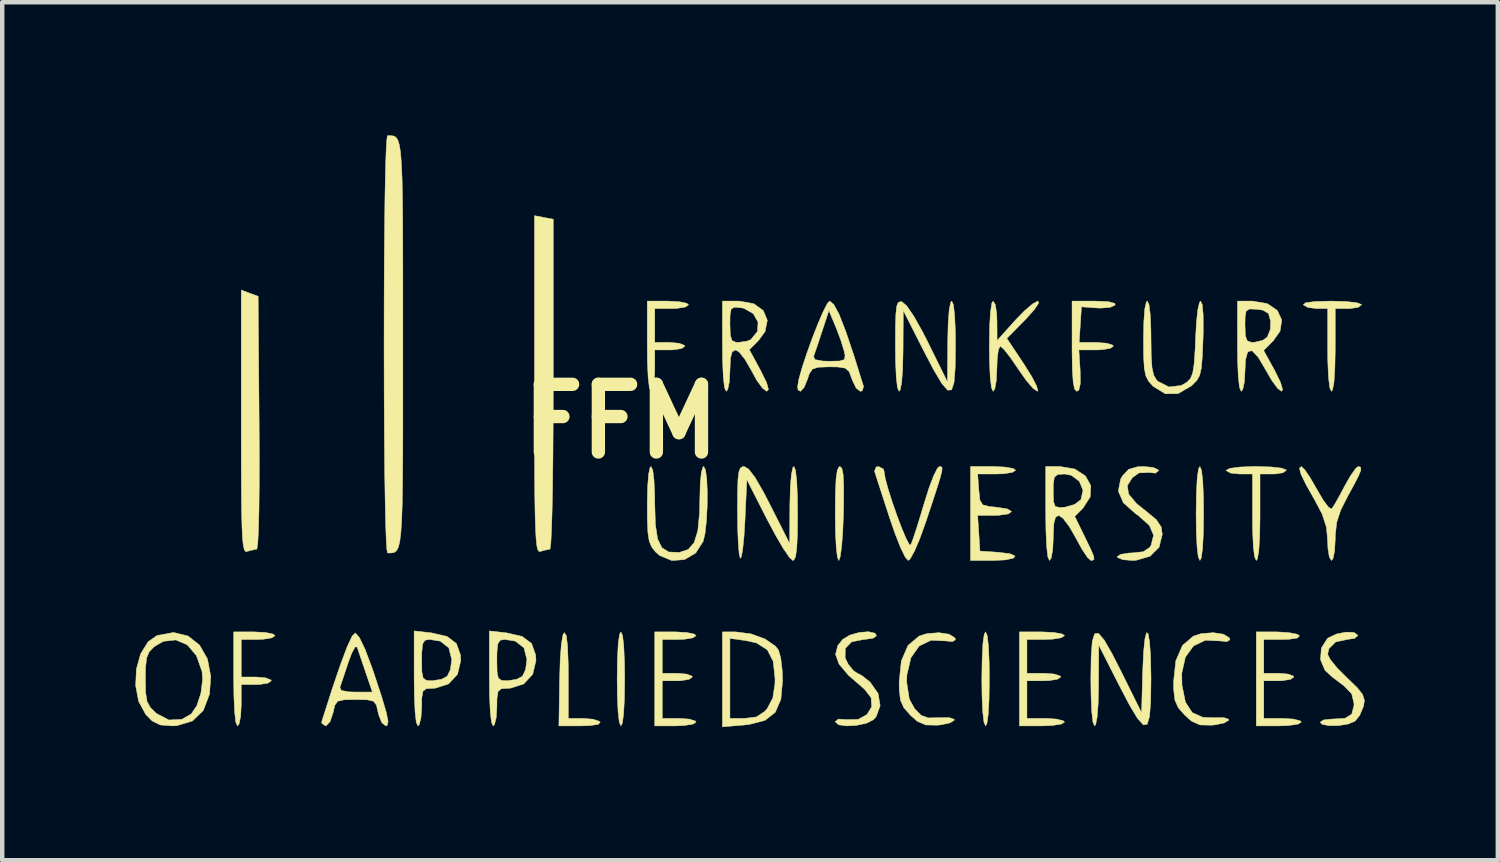
<source format=kicad_pcb>
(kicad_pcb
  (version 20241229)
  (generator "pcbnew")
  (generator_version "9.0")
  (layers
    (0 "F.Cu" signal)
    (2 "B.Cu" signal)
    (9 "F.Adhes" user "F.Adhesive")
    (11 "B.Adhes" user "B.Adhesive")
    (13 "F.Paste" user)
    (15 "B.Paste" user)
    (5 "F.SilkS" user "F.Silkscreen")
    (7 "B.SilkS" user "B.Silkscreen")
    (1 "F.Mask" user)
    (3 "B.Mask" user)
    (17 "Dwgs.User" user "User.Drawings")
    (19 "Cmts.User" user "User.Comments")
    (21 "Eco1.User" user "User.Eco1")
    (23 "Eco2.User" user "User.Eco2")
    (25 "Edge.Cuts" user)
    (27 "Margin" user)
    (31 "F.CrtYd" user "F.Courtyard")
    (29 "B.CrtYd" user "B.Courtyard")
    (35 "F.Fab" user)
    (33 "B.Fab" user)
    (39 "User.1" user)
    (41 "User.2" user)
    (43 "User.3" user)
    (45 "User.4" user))
  (footprint "FFM"
    (layer "F.Cu")
    (at 10.934 6.44)
    (property "Reference" "FFM" (at 0 0 0) (layer "F.SilkS") (effects (font (size 1.524 1.524) (thickness 0.3))))
    (attr through_hole)
    (fp_poly (pts (xy 0.037 4.823) (xy 0.064 5.055) (xy 0.08 5.42) (xy 0.085 5.8) (xy 0.078 6.258) (xy 0.06 6.599) (xy 0.03 6.804) (xy 0 6.858) (xy -0.037 6.776) (xy -0.064 6.544) (xy -0.08 6.18) (xy -0.085 5.8) (xy -0.078 5.341) (xy -0.06 5) (xy -0.03 4.795) (xy 0 4.741) (xy 0.037 4.823)) (stroke (width 0.01) (type solid)) (fill yes) (layer "F.SilkS"))
    (fp_poly (pts (xy 8.249 4.823) (xy 8.277 5.055) (xy 8.293 5.42) (xy 8.297 5.8) (xy 8.291 6.258) (xy 8.272 6.599) (xy 8.243 6.804) (xy 8.213 6.858) (xy 8.176 6.776) (xy 8.149 6.544) (xy 8.132 6.18) (xy 8.128 5.8) (xy 8.135 5.341) (xy 8.153 5) (xy 8.182 4.795) (xy 8.213 4.741) (xy 8.249 4.823)) (stroke (width 0.01) (type solid)) (fill yes) (layer "F.SilkS"))
    (fp_poly (pts (xy 13.075 1.098) (xy 13.103 1.33) (xy 13.119 1.694) (xy 13.123 2.074) (xy 13.117 2.533) (xy 13.098 2.874) (xy 13.069 3.079) (xy 13.039 3.133) (xy 13.002 3.051) (xy 12.975 2.819) (xy 12.958 2.454) (xy 12.954 2.074) (xy 12.961 1.616) (xy 12.979 1.275) (xy 13.008 1.07) (xy 13.039 1.016) (xy 13.075 1.098)) (stroke (width 0.01) (type solid)) (fill yes) (layer "F.SilkS"))
    (fp_poly (pts (xy -1.231 4.823) (xy -1.202 5.054) (xy -1.187 5.453) (xy -1.185 5.708) (xy -1.185 6.689) (xy -0.852 6.689) (xy -0.626 6.708) (xy -0.482 6.757) (xy -0.466 6.773) (xy -0.51 6.823) (xy -0.704 6.852) (xy -0.905 6.858) (xy -1.397 6.858) (xy -1.381 5.823) (xy -1.367 5.355) (xy -1.341 5.011) (xy -1.305 4.807) (xy -1.276 4.757) (xy -1.231 4.823)) (stroke (width 0.01) (type solid)) (fill yes) (layer "F.SilkS"))
    (fp_poly (pts (xy 4.977 1.058) (xy 5.005 1.199) (xy 5.018 1.459) (xy 5.016 1.859) (xy 5.012 2.074) (xy 4.996 2.48) (xy 4.971 2.812) (xy 4.941 3.04) (xy 4.909 3.132) (xy 4.906 3.133) (xy 4.874 3.053) (xy 4.849 2.831) (xy 4.832 2.496) (xy 4.826 2.076) (xy 4.826 2.074) (xy 4.831 1.605) (xy 4.846 1.285) (xy 4.874 1.097) (xy 4.916 1.02) (xy 4.932 1.016) (xy 4.977 1.058)) (stroke (width 0.01) (type solid)) (fill yes) (layer "F.SilkS"))
    (fp_poly (pts (xy -8.361 -2.887) (xy -8.17 -2.817) (xy -8.148 0.031) (xy -8.144 0.799) (xy -8.146 1.467) (xy -8.152 2.02) (xy -8.163 2.447) (xy -8.178 2.735) (xy -8.197 2.87) (xy -8.205 2.879) (xy -8.348 2.907) (xy -8.417 2.93) (xy -8.453 2.931) (xy -8.482 2.891) (xy -8.504 2.796) (xy -8.522 2.63) (xy -8.534 2.376) (xy -8.543 2.019) (xy -8.548 1.543) (xy -8.55 0.933) (xy -8.551 0.172) (xy -8.551 0.012) (xy -8.551 -2.958) (xy -8.361 -2.887)) (stroke (width 0.01) (type solid)) (fill yes) (layer "F.SilkS"))
    (fp_poly (pts (xy -1.736 -4.593) (xy -1.524 -4.552) (xy -1.524 -0.837) (xy -1.526 0.023) (xy -1.531 0.795) (xy -1.539 1.464) (xy -1.55 2.019) (xy -1.563 2.446) (xy -1.578 2.734) (xy -1.596 2.87) (xy -1.602 2.879) (xy -1.744 2.907) (xy -1.813 2.93) (xy -1.845 2.93) (xy -1.872 2.893) (xy -1.893 2.805) (xy -1.91 2.652) (xy -1.923 2.42) (xy -1.933 2.096) (xy -1.94 1.664) (xy -1.944 1.111) (xy -1.946 0.423) (xy -1.947 -0.414) (xy -1.947 -0.826) (xy -1.947 -4.633) (xy -1.736 -4.593)) (stroke (width 0.01) (type solid)) (fill yes) (layer "F.SilkS"))
    (fp_poly (pts (xy 16.334 -2.699) (xy 16.571 -2.673) (xy 16.677 -2.633) (xy 16.679 -2.625) (xy 16.605 -2.569) (xy 16.422 -2.541) (xy 16.383 -2.54) (xy 16.087 -2.54) (xy 16.087 -1.609) (xy 16.079 -1.188) (xy 16.059 -0.881) (xy 16.026 -0.708) (xy 16.002 -0.677) (xy 15.964 -0.758) (xy 15.936 -0.987) (xy 15.92 -1.341) (xy 15.917 -1.609) (xy 15.917 -2.54) (xy 15.668 -2.54) (xy 15.473 -2.566) (xy 15.367 -2.625) (xy 15.417 -2.67) (xy 15.623 -2.699) (xy 15.972 -2.709) (xy 15.997 -2.709) (xy 16.334 -2.699)) (stroke (width 0.01) (type solid)) (fill yes) (layer "F.SilkS"))
    (fp_poly (pts (xy -8 4.755) (xy -7.831 4.791) (xy -7.789 4.826) (xy -7.865 4.876) (xy -8.056 4.907) (xy -8.17 4.911) (xy -8.551 4.911) (xy -8.551 5.757) (xy -8.213 5.757) (xy -8.001 5.776) (xy -7.883 5.823) (xy -7.874 5.842) (xy -7.949 5.895) (xy -8.137 5.925) (xy -8.213 5.927) (xy -8.551 5.927) (xy -8.551 6.392) (xy -8.565 6.647) (xy -8.601 6.816) (xy -8.636 6.858) (xy -8.673 6.776) (xy -8.7 6.544) (xy -8.716 6.18) (xy -8.721 5.8) (xy -8.721 4.741) (xy -8.255 4.741) (xy -8 4.755)) (stroke (width 0.01) (type solid)) (fill yes) (layer "F.SilkS"))
    (fp_poly (pts (xy 1.313 -2.695) (xy 1.482 -2.66) (xy 1.524 -2.625) (xy 1.448 -2.574) (xy 1.257 -2.544) (xy 1.143 -2.54) (xy 0.762 -2.54) (xy 0.762 -1.778) (xy 1.101 -1.778) (xy 1.313 -1.759) (xy 1.431 -1.712) (xy 1.439 -1.693) (xy 1.364 -1.64) (xy 1.177 -1.611) (xy 1.101 -1.609) (xy 0.762 -1.609) (xy 0.762 -1.143) (xy 0.748 -0.888) (xy 0.712 -0.719) (xy 0.677 -0.677) (xy 0.64 -0.759) (xy 0.613 -0.99) (xy 0.596 -1.351) (xy 0.593 -1.693) (xy 0.593 -2.709) (xy 1.058 -2.709) (xy 1.313 -2.695)) (stroke (width 0.01) (type solid)) (fill yes) (layer "F.SilkS"))
    (fp_poly (pts (xy 14.644 1.026) (xy 14.88 1.053) (xy 14.984 1.093) (xy 14.986 1.101) (xy 14.912 1.157) (xy 14.729 1.185) (xy 14.69 1.185) (xy 14.393 1.185) (xy 14.393 2.159) (xy 14.386 2.592) (xy 14.366 2.911) (xy 14.335 3.095) (xy 14.309 3.133) (xy 14.271 3.052) (xy 14.243 2.822) (xy 14.227 2.464) (xy 14.224 2.159) (xy 14.224 1.185) (xy 13.928 1.185) (xy 13.732 1.164) (xy 13.634 1.112) (xy 13.631 1.101) (xy 13.711 1.059) (xy 13.927 1.029) (xy 14.248 1.016) (xy 14.309 1.016) (xy 14.644 1.026)) (stroke (width 0.01) (type solid)) (fill yes) (layer "F.SilkS"))
    (fp_poly (pts (xy 1.483 4.755) (xy 1.652 4.791) (xy 1.693 4.826) (xy 1.618 4.876) (xy 1.426 4.907) (xy 1.312 4.911) (xy 0.931 4.911) (xy 0.931 5.673) (xy 1.27 5.673) (xy 1.482 5.691) (xy 1.6 5.738) (xy 1.609 5.757) (xy 1.534 5.81) (xy 1.346 5.84) (xy 1.27 5.842) (xy 0.931 5.842) (xy 0.931 6.689) (xy 1.312 6.689) (xy 1.54 6.705) (xy 1.676 6.748) (xy 1.693 6.773) (xy 1.617 6.82) (xy 1.419 6.85) (xy 1.228 6.858) (xy 0.762 6.858) (xy 0.762 4.741) (xy 1.228 4.741) (xy 1.483 4.755)) (stroke (width 0.01) (type solid)) (fill yes) (layer "F.SilkS"))
    (fp_poly (pts (xy 9.753 4.754) (xy 9.937 4.788) (xy 9.991 4.826) (xy 9.915 4.874) (xy 9.72 4.905) (xy 9.567 4.911) (xy 9.144 4.911) (xy 9.144 5.673) (xy 9.525 5.673) (xy 9.752 5.689) (xy 9.889 5.732) (xy 9.906 5.757) (xy 9.83 5.808) (xy 9.639 5.838) (xy 9.525 5.842) (xy 9.144 5.842) (xy 9.144 6.689) (xy 9.567 6.689) (xy 9.809 6.704) (xy 9.962 6.743) (xy 9.991 6.773) (xy 9.914 6.818) (xy 9.712 6.849) (xy 9.483 6.858) (xy 8.975 6.858) (xy 8.975 4.741) (xy 9.483 4.741) (xy 9.753 4.754)) (stroke (width 0.01) (type solid)) (fill yes) (layer "F.SilkS"))
    (fp_poly (pts (xy 15.034 4.756) (xy 15.225 4.793) (xy 15.282 4.826) (xy 15.24 4.878) (xy 15.052 4.907) (xy 14.906 4.911) (xy 14.478 4.911) (xy 14.478 5.673) (xy 14.817 5.673) (xy 15.029 5.691) (xy 15.147 5.738) (xy 15.155 5.757) (xy 15.08 5.81) (xy 14.893 5.84) (xy 14.817 5.842) (xy 14.478 5.842) (xy 14.478 6.689) (xy 14.901 6.689) (xy 15.143 6.704) (xy 15.296 6.743) (xy 15.325 6.773) (xy 15.248 6.818) (xy 15.046 6.849) (xy 14.817 6.858) (xy 14.309 6.858) (xy 14.309 4.741) (xy 14.769 4.741) (xy 15.034 4.756)) (stroke (width 0.01) (type solid)) (fill yes) (layer "F.SilkS"))
    (fp_poly (pts (xy 8.653 1.029) (xy 8.836 1.062) (xy 8.89 1.101) (xy 8.814 1.149) (xy 8.619 1.179) (xy 8.462 1.185) (xy 8.034 1.185) (xy 8.06 1.545) (xy 8.084 1.771) (xy 8.148 1.879) (xy 8.302 1.919) (xy 8.445 1.931) (xy 8.702 1.971) (xy 8.796 2.029) (xy 8.73 2.083) (xy 8.508 2.115) (xy 8.42 2.117) (xy 8.034 2.117) (xy 8.086 2.921) (xy 8.488 2.947) (xy 8.762 2.981) (xy 8.876 3.031) (xy 8.839 3.081) (xy 8.658 3.12) (xy 8.382 3.133) (xy 7.874 3.133) (xy 7.874 1.016) (xy 8.382 1.016) (xy 8.653 1.029)) (stroke (width 0.01) (type solid)) (fill yes) (layer "F.SilkS"))
    (fp_poly (pts (xy 10.982 -2.696) (xy 11.125 -2.656) (xy 11.13 -2.619) (xy 11.018 -2.568) (xy 10.805 -2.551) (xy 10.723 -2.554) (xy 10.372 -2.58) (xy 10.346 -2.179) (xy 10.32 -1.778) (xy 10.706 -1.778) (xy 10.935 -1.761) (xy 11.073 -1.719) (xy 11.091 -1.693) (xy 11.016 -1.643) (xy 10.823 -1.613) (xy 10.702 -1.609) (xy 10.314 -1.609) (xy 10.343 -1.143) (xy 10.347 -0.851) (xy 10.313 -0.704) (xy 10.266 -0.677) (xy 10.218 -0.725) (xy 10.186 -0.88) (xy 10.167 -1.162) (xy 10.16 -1.59) (xy 10.16 -1.693) (xy 10.16 -2.709) (xy 10.673 -2.709) (xy 10.982 -2.696)) (stroke (width 0.01) (type solid)) (fill yes) (layer "F.SilkS"))
    (fp_poly (pts (xy 2.928 4.785) (xy 3.246 4.901) (xy 3.481 5.063) (xy 3.549 5.152) (xy 3.599 5.328) (xy 3.632 5.604) (xy 3.641 5.832) (xy 3.603 6.258) (xy 3.477 6.551) (xy 3.244 6.734) (xy 2.884 6.827) (xy 2.766 6.839) (xy 2.286 6.879) (xy 2.286 6.689) (xy 2.455 6.689) (xy 2.788 6.689) (xy 3.054 6.655) (xy 3.239 6.532) (xy 3.296 6.466) (xy 3.421 6.229) (xy 3.469 5.907) (xy 3.471 5.798) (xy 3.431 5.407) (xy 3.297 5.145) (xy 3.055 4.991) (xy 2.814 4.937) (xy 2.455 4.888) (xy 2.455 6.689) (xy 2.286 6.689) (xy 2.286 4.741) (xy 2.585 4.741) (xy 2.928 4.785)) (stroke (width 0.01) (type solid)) (fill yes) (layer "F.SilkS"))
    (fp_poly (pts (xy 13.57 4.793) (xy 13.701 4.873) (xy 13.716 4.918) (xy 13.647 4.96) (xy 13.504 4.945) (xy 13.164 4.929) (xy 12.896 5.056) (xy 12.713 5.309) (xy 12.631 5.673) (xy 12.636 5.942) (xy 12.713 6.322) (xy 12.867 6.559) (xy 13.112 6.667) (xy 13.355 6.674) (xy 13.583 6.673) (xy 13.687 6.71) (xy 13.688 6.73) (xy 13.594 6.789) (xy 13.392 6.833) (xy 13.306 6.842) (xy 13.045 6.837) (xy 12.853 6.753) (xy 12.698 6.615) (xy 12.551 6.447) (xy 12.476 6.277) (xy 12.449 6.039) (xy 12.446 5.87) (xy 12.497 5.392) (xy 12.647 5.046) (xy 12.894 4.836) (xy 13.07 4.78) (xy 13.342 4.759) (xy 13.57 4.793)) (stroke (width 0.01) (type solid)) (fill yes) (layer "F.SilkS"))
    (fp_poly (pts (xy 7.389 4.793) (xy 7.52 4.873) (xy 7.535 4.918) (xy 7.466 4.96) (xy 7.324 4.945) (xy 6.984 4.93) (xy 6.716 5.06) (xy 6.531 5.324) (xy 6.441 5.709) (xy 6.435 5.869) (xy 6.495 6.255) (xy 6.616 6.473) (xy 6.759 6.62) (xy 6.92 6.678) (xy 7.167 6.674) (xy 7.399 6.673) (xy 7.506 6.71) (xy 7.508 6.73) (xy 7.414 6.789) (xy 7.212 6.833) (xy 7.125 6.842) (xy 6.864 6.837) (xy 6.672 6.753) (xy 6.518 6.615) (xy 6.371 6.447) (xy 6.295 6.277) (xy 6.268 6.039) (xy 6.266 5.87) (xy 6.316 5.392) (xy 6.466 5.046) (xy 6.714 4.836) (xy 6.889 4.78) (xy 7.162 4.759) (xy 7.389 4.793)) (stroke (width 0.01) (type solid)) (fill yes) (layer "F.SilkS"))
    (fp_poly (pts (xy 11.873 4.782) (xy 11.905 4.959) (xy 11.928 5.286) (xy 11.938 5.76) (xy 11.938 5.8) (xy 11.931 6.305) (xy 11.905 6.645) (xy 11.853 6.821) (xy 11.765 6.835) (xy 11.634 6.689) (xy 11.451 6.384) (xy 11.223 5.948) (xy 10.761 5.038) (xy 10.757 5.948) (xy 10.748 6.359) (xy 10.725 6.66) (xy 10.692 6.83) (xy 10.668 6.858) (xy 10.631 6.776) (xy 10.604 6.544) (xy 10.588 6.18) (xy 10.583 5.8) (xy 10.59 5.295) (xy 10.615 4.957) (xy 10.667 4.784) (xy 10.754 4.773) (xy 10.883 4.923) (xy 11.062 5.233) (xy 11.275 5.652) (xy 11.726 6.562) (xy 11.75 5.652) (xy 11.771 5.19) (xy 11.802 4.894) (xy 11.837 4.759) (xy 11.873 4.782)) (stroke (width 0.01) (type solid)) (fill yes) (layer "F.SilkS"))
    (fp_poly (pts (xy 7.488 -2.628) (xy 7.515 -2.397) (xy 7.532 -2.035) (xy 7.535 -1.693) (xy 7.528 -1.203) (xy 7.502 -0.875) (xy 7.447 -0.709) (xy 7.358 -0.703) (xy 7.225 -0.856) (xy 7.04 -1.168) (xy 6.821 -1.587) (xy 6.359 -2.498) (xy 6.354 -1.587) (xy 6.345 -1.177) (xy 6.322 -0.875) (xy 6.289 -0.706) (xy 6.265 -0.677) (xy 6.228 -0.759) (xy 6.201 -0.99) (xy 6.185 -1.352) (xy 6.181 -1.7) (xy 6.183 -2.131) (xy 6.192 -2.419) (xy 6.211 -2.592) (xy 6.245 -2.676) (xy 6.298 -2.697) (xy 6.329 -2.693) (xy 6.436 -2.602) (xy 6.595 -2.371) (xy 6.794 -2.017) (xy 6.916 -1.777) (xy 7.354 -0.889) (xy 7.36 -1.799) (xy 7.37 -2.209) (xy 7.393 -2.511) (xy 7.427 -2.681) (xy 7.451 -2.709) (xy 7.488 -2.628)) (stroke (width 0.01) (type solid)) (fill yes) (layer "F.SilkS"))
    (fp_poly (pts (xy 16.661 1.032) (xy 16.664 1.1) (xy 16.604 1.246) (xy 16.472 1.497) (xy 16.383 1.657) (xy 16.211 1.996) (xy 16.12 2.275) (xy 16.088 2.569) (xy 16.087 2.66) (xy 16.073 2.917) (xy 16.038 3.089) (xy 16.002 3.133) (xy 15.954 3.056) (xy 15.923 2.861) (xy 15.917 2.702) (xy 15.89 2.386) (xy 15.792 2.087) (xy 15.637 1.792) (xy 15.432 1.429) (xy 15.316 1.19) (xy 15.281 1.057) (xy 15.321 1.016) (xy 15.322 1.016) (xy 15.398 1.085) (xy 15.522 1.267) (xy 15.669 1.522) (xy 15.672 1.527) (xy 15.815 1.772) (xy 15.934 1.931) (xy 16.005 1.974) (xy 16.007 1.972) (xy 16.077 1.865) (xy 16.194 1.657) (xy 16.298 1.46) (xy 16.433 1.223) (xy 16.547 1.062) (xy 16.604 1.016) (xy 16.661 1.032)) (stroke (width 0.01) (type solid)) (fill yes) (layer "F.SilkS"))
    (fp_poly (pts (xy 11.987 1.037) (xy 12.101 1.091) (xy 12.107 1.11) (xy 12.038 1.166) (xy 11.897 1.151) (xy 11.668 1.16) (xy 11.518 1.267) (xy 11.405 1.447) (xy 11.434 1.637) (xy 11.612 1.851) (xy 11.832 2.027) (xy 12.059 2.214) (xy 12.167 2.378) (xy 12.192 2.541) (xy 12.12 2.836) (xy 11.916 3.038) (xy 11.601 3.129) (xy 11.515 3.133) (xy 11.303 3.114) (xy 11.185 3.067) (xy 11.176 3.048) (xy 11.251 2.995) (xy 11.438 2.965) (xy 11.512 2.963) (xy 11.766 2.935) (xy 11.91 2.837) (xy 11.94 2.791) (xy 11.996 2.563) (xy 11.903 2.345) (xy 11.653 2.121) (xy 11.598 2.084) (xy 11.317 1.835) (xy 11.202 1.572) (xy 11.254 1.3) (xy 11.296 1.227) (xy 11.436 1.079) (xy 11.638 1.021) (xy 11.771 1.016) (xy 11.987 1.037)) (stroke (width 0.01) (type solid)) (fill yes) (layer "F.SilkS"))
    (fp_poly (pts (xy 5.721 4.77) (xy 5.757 4.826) (xy 5.683 4.882) (xy 5.5 4.91) (xy 5.464 4.911) (xy 5.195 4.966) (xy 5.052 5.113) (xy 5.05 5.326) (xy 5.118 5.467) (xy 5.237 5.615) (xy 5.324 5.673) (xy 5.427 5.725) (xy 5.59 5.854) (xy 5.618 5.88) (xy 5.793 6.13) (xy 5.838 6.403) (xy 5.749 6.649) (xy 5.687 6.718) (xy 5.53 6.798) (xy 5.309 6.846) (xy 5.08 6.858) (xy 4.9 6.832) (xy 4.826 6.764) (xy 4.826 6.763) (xy 4.898 6.704) (xy 5.068 6.716) (xy 5.34 6.712) (xy 5.541 6.603) (xy 5.647 6.428) (xy 5.635 6.224) (xy 5.487 6.032) (xy 5.127 5.721) (xy 4.912 5.466) (xy 4.834 5.249) (xy 4.883 5.051) (xy 4.995 4.911) (xy 5.154 4.814) (xy 5.365 4.754) (xy 5.574 4.737) (xy 5.721 4.77)) (stroke (width 0.01) (type solid)) (fill yes) (layer "F.SilkS"))
    (fp_poly (pts (xy 7.211 1.019) (xy 7.233 1.045) (xy 7.229 1.116) (xy 7.195 1.256) (xy 7.123 1.487) (xy 7.01 1.834) (xy 6.852 2.307) (xy 6.726 2.655) (xy 6.608 2.929) (xy 6.514 3.097) (xy 6.47 3.133) (xy 6.402 3.056) (xy 6.299 2.845) (xy 6.174 2.528) (xy 6.054 2.18) (xy 5.929 1.797) (xy 5.823 1.469) (xy 5.746 1.231) (xy 5.711 1.122) (xy 5.747 1.029) (xy 5.802 1.016) (xy 5.913 1.074) (xy 5.926 1.122) (xy 5.951 1.277) (xy 6.017 1.522) (xy 6.111 1.818) (xy 6.22 2.13) (xy 6.329 2.418) (xy 6.426 2.645) (xy 6.497 2.775) (xy 6.524 2.787) (xy 6.573 2.666) (xy 6.654 2.422) (xy 6.755 2.095) (xy 6.828 1.851) (xy 6.938 1.502) (xy 7.043 1.225) (xy 7.129 1.054) (xy 7.171 1.016) (xy 7.211 1.019)) (stroke (width 0.01) (type solid)) (fill yes) (layer "F.SilkS"))
    (fp_poly (pts (xy -4.267 4.763) (xy -3.916 4.844) (xy -3.705 5.003) (xy -3.614 5.258) (xy -3.607 5.386) (xy -3.68 5.696) (xy -3.882 5.913) (xy -4.182 6.009) (xy -4.243 6.011) (xy -4.388 6.021) (xy -4.46 6.081) (xy -4.485 6.233) (xy -4.487 6.435) (xy -4.503 6.676) (xy -4.542 6.829) (xy -4.572 6.858) (xy -4.609 6.776) (xy -4.636 6.544) (xy -4.652 6.178) (xy -4.657 5.789) (xy -4.657 5.376) (xy -4.487 5.376) (xy -4.483 5.643) (xy -4.454 5.781) (xy -4.381 5.834) (xy -4.25 5.842) (xy -4.039 5.808) (xy -3.912 5.74) (xy -3.84 5.589) (xy -3.81 5.366) (xy -3.81 5.362) (xy -3.876 5.101) (xy -4.069 4.949) (xy -4.312 4.911) (xy -4.413 4.929) (xy -4.466 5.013) (xy -4.485 5.201) (xy -4.487 5.376) (xy -4.657 5.376) (xy -4.657 4.719) (xy -4.267 4.763)) (stroke (width 0.01) (type solid)) (fill yes) (layer "F.SilkS"))
    (fp_poly (pts (xy -2.574 4.763) (xy -2.223 4.844) (xy -2.012 5.003) (xy -1.921 5.258) (xy -1.913 5.386) (xy -1.987 5.696) (xy -2.188 5.913) (xy -2.489 6.009) (xy -2.549 6.011) (xy -2.694 6.021) (xy -2.766 6.081) (xy -2.791 6.233) (xy -2.794 6.435) (xy -2.809 6.676) (xy -2.848 6.829) (xy -2.879 6.858) (xy -2.915 6.776) (xy -2.942 6.544) (xy -2.959 6.178) (xy -2.963 5.789) (xy -2.963 5.376) (xy -2.794 5.376) (xy -2.789 5.643) (xy -2.761 5.781) (xy -2.688 5.834) (xy -2.557 5.842) (xy -2.345 5.808) (xy -2.218 5.74) (xy -2.147 5.589) (xy -2.117 5.366) (xy -2.117 5.362) (xy -2.183 5.101) (xy -2.376 4.949) (xy -2.619 4.911) (xy -2.72 4.929) (xy -2.773 5.013) (xy -2.792 5.201) (xy -2.794 5.376) (xy -2.963 5.376) (xy -2.963 4.719) (xy -2.574 4.763)) (stroke (width 0.01) (type solid)) (fill yes) (layer "F.SilkS"))
    (fp_poly (pts (xy 1.905 1.093) (xy 1.933 1.296) (xy 1.945 1.583) (xy 1.943 1.91) (xy 1.926 2.236) (xy 1.895 2.517) (xy 1.854 2.698) (xy 1.685 2.964) (xy 1.434 3.112) (xy 1.147 3.135) (xy 0.87 3.02) (xy 0.777 2.937) (xy 0.692 2.829) (xy 0.638 2.699) (xy 0.608 2.507) (xy 0.595 2.216) (xy 0.593 1.878) (xy 0.601 1.48) (xy 0.623 1.191) (xy 0.657 1.036) (xy 0.677 1.016) (xy 0.717 1.096) (xy 0.745 1.321) (xy 0.76 1.665) (xy 0.762 1.85) (xy 0.776 2.321) (xy 0.826 2.647) (xy 0.923 2.846) (xy 1.076 2.941) (xy 1.297 2.951) (xy 1.324 2.949) (xy 1.517 2.884) (xy 1.65 2.728) (xy 1.732 2.46) (xy 1.771 2.058) (xy 1.777 1.757) (xy 1.786 1.4) (xy 1.812 1.145) (xy 1.85 1.023) (xy 1.863 1.016) (xy 1.905 1.093)) (stroke (width 0.01) (type solid)) (fill yes) (layer "F.SilkS"))
    (fp_poly (pts (xy 3.931 1.098) (xy 3.959 1.33) (xy 3.975 1.694) (xy 3.979 2.074) (xy 3.975 2.541) (xy 3.96 2.858) (xy 3.933 3.047) (xy 3.892 3.127) (xy 3.872 3.133) (xy 3.794 3.061) (xy 3.66 2.867) (xy 3.491 2.579) (xy 3.303 2.228) (xy 3.3 2.223) (xy 2.836 1.312) (xy 2.794 2.23) (xy 2.772 2.593) (xy 2.743 2.876) (xy 2.713 3.048) (xy 2.688 3.084) (xy 2.663 2.978) (xy 2.643 2.74) (xy 2.629 2.403) (xy 2.625 2.018) (xy 2.627 1.59) (xy 2.636 1.304) (xy 2.658 1.132) (xy 2.694 1.046) (xy 2.751 1.017) (xy 2.775 1.016) (xy 2.878 1.076) (xy 3.021 1.264) (xy 3.211 1.592) (xy 3.362 1.884) (xy 3.8 2.752) (xy 3.805 1.884) (xy 3.815 1.487) (xy 3.839 1.197) (xy 3.873 1.038) (xy 3.895 1.016) (xy 3.931 1.098)) (stroke (width 0.01) (type solid)) (fill yes) (layer "F.SilkS"))
    (fp_poly (pts (xy 9.405 -2.657) (xy 9.307 -2.513) (xy 9.12 -2.305) (xy 9.105 -2.289) (xy 8.691 -1.869) (xy 9.088 -1.273) (xy 9.254 -1.006) (xy 9.36 -0.8) (xy 9.391 -0.689) (xy 9.378 -0.678) (xy 9.282 -0.745) (xy 9.131 -0.92) (xy 8.956 -1.167) (xy 8.944 -1.186) (xy 8.773 -1.436) (xy 8.631 -1.617) (xy 8.545 -1.693) (xy 8.542 -1.693) (xy 8.502 -1.616) (xy 8.475 -1.417) (xy 8.467 -1.185) (xy 8.454 -0.915) (xy 8.42 -0.731) (xy 8.382 -0.677) (xy 8.345 -0.759) (xy 8.317 -0.99) (xy 8.301 -1.351) (xy 8.297 -1.693) (xy 8.304 -2.139) (xy 8.323 -2.469) (xy 8.354 -2.664) (xy 8.382 -2.709) (xy 8.43 -2.633) (xy 8.462 -2.437) (xy 8.469 -2.265) (xy 8.472 -1.82) (xy 8.872 -2.267) (xy 9.087 -2.488) (xy 9.273 -2.647) (xy 9.392 -2.711) (xy 9.395 -2.711) (xy 9.405 -2.657)) (stroke (width 0.01) (type solid)) (fill yes) (layer "F.SilkS"))
    (fp_poly (pts (xy 16.509 4.754) (xy 16.594 4.815) (xy 16.595 4.826) (xy 16.522 4.887) (xy 16.358 4.911) (xy 16.096 4.967) (xy 15.944 5.12) (xy 15.917 5.245) (xy 15.976 5.365) (xy 16.131 5.554) (xy 16.348 5.771) (xy 16.351 5.774) (xy 16.581 5.996) (xy 16.704 6.151) (xy 16.744 6.281) (xy 16.727 6.41) (xy 16.637 6.623) (xy 16.532 6.752) (xy 16.378 6.816) (xy 16.163 6.851) (xy 15.946 6.853) (xy 15.79 6.822) (xy 15.748 6.776) (xy 15.822 6.724) (xy 16.003 6.704) (xy 16.031 6.704) (xy 16.309 6.687) (xy 16.458 6.594) (xy 16.509 6.401) (xy 16.51 6.351) (xy 16.458 6.136) (xy 16.281 5.952) (xy 16.235 5.919) (xy 16.027 5.762) (xy 15.87 5.62) (xy 15.854 5.601) (xy 15.755 5.365) (xy 15.775 5.105) (xy 15.907 4.896) (xy 15.936 4.873) (xy 16.121 4.787) (xy 16.332 4.746) (xy 16.509 4.754)) (stroke (width 0.01) (type solid)) (fill yes) (layer "F.SilkS"))
    (fp_poly (pts (xy -9.75 4.833) (xy -9.49 5.038) (xy -9.312 5.349) (xy -9.237 5.746) (xy -9.266 6.143) (xy -9.404 6.509) (xy -9.651 6.748) (xy -10 6.853) (xy -10.106 6.858) (xy -10.373 6.837) (xy -10.556 6.748) (xy -10.703 6.598) (xy -10.862 6.305) (xy -10.929 5.95) (xy -10.922 5.8) (xy -10.71 5.8) (xy -10.704 6.111) (xy -10.672 6.308) (xy -10.599 6.444) (xy -10.468 6.573) (xy -10.466 6.575) (xy -10.182 6.725) (xy -9.89 6.711) (xy -9.678 6.59) (xy -9.551 6.403) (xy -9.459 6.12) (xy -9.421 5.814) (xy -9.434 5.633) (xy -9.56 5.276) (xy -9.765 5.034) (xy -10.023 4.922) (xy -10.306 4.953) (xy -10.51 5.073) (xy -10.62 5.183) (xy -10.681 5.325) (xy -10.706 5.547) (xy -10.71 5.8) (xy -10.922 5.8) (xy -10.912 5.578) (xy -10.816 5.234) (xy -10.648 4.963) (xy -10.447 4.822) (xy -10.075 4.754) (xy -9.75 4.833)) (stroke (width 0.01) (type solid)) (fill yes) (layer "F.SilkS"))
    (fp_poly (pts (xy 13.093 -2.628) (xy 13.113 -2.395) (xy 13.115 -2.028) (xy 13.11 -1.855) (xy 13.094 -1.464) (xy 13.072 -1.204) (xy 13.034 -1.035) (xy 12.969 -0.92) (xy 12.87 -0.82) (xy 12.843 -0.797) (xy 12.548 -0.625) (xy 12.262 -0.621) (xy 11.992 -0.785) (xy 11.976 -0.8) (xy 11.881 -0.908) (xy 11.821 -1.027) (xy 11.787 -1.196) (xy 11.772 -1.455) (xy 11.769 -1.843) (xy 11.769 -1.859) (xy 11.777 -2.253) (xy 11.799 -2.539) (xy 11.834 -2.691) (xy 11.853 -2.709) (xy 11.893 -2.629) (xy 11.921 -2.404) (xy 11.936 -2.06) (xy 11.938 -1.876) (xy 11.943 -1.476) (xy 11.961 -1.21) (xy 11.998 -1.042) (xy 12.06 -0.935) (xy 12.093 -0.902) (xy 12.344 -0.775) (xy 12.618 -0.808) (xy 12.747 -0.882) (xy 12.825 -0.961) (xy 12.877 -1.088) (xy 12.91 -1.295) (xy 12.932 -1.619) (xy 12.941 -1.856) (xy 12.962 -2.234) (xy 12.993 -2.519) (xy 13.031 -2.682) (xy 13.055 -2.709) (xy 13.093 -2.628)) (stroke (width 0.01) (type solid)) (fill yes) (layer "F.SilkS"))
    (fp_poly (pts (xy 14.557 -2.652) (xy 14.782 -2.5) (xy 14.883 -2.284) (xy 14.845 -2.032) (xy 14.688 -1.811) (xy 14.475 -1.598) (xy 14.728 -1.138) (xy 14.855 -0.878) (xy 14.902 -0.718) (xy 14.877 -0.678) (xy 14.787 -0.747) (xy 14.655 -0.928) (xy 14.531 -1.143) (xy 14.35 -1.449) (xy 14.213 -1.592) (xy 14.118 -1.57) (xy 14.066 -1.386) (xy 14.055 -1.143) (xy 14.041 -0.888) (xy 14.005 -0.719) (xy 13.97 -0.677) (xy 13.933 -0.759) (xy 13.905 -0.99) (xy 13.889 -1.351) (xy 13.885 -1.693) (xy 13.885 -2.164) (xy 14.055 -2.164) (xy 14.064 -1.927) (xy 14.106 -1.813) (xy 14.205 -1.779) (xy 14.256 -1.778) (xy 14.456 -1.826) (xy 14.558 -1.9) (xy 14.625 -2.071) (xy 14.632 -2.26) (xy 14.584 -2.43) (xy 14.455 -2.506) (xy 14.33 -2.524) (xy 14.162 -2.532) (xy 14.081 -2.486) (xy 14.057 -2.342) (xy 14.055 -2.164) (xy 13.885 -2.164) (xy 13.885 -2.709) (xy 14.224 -2.709) (xy 14.557 -2.652)) (stroke (width 0.01) (type solid)) (fill yes) (layer "F.SilkS"))
    (fp_poly (pts (xy -5.119 -6.427) (xy -5.067 -6.399) (xy -5.024 -6.336) (xy -4.99 -6.225) (xy -4.963 -6.055) (xy -4.944 -5.81) (xy -4.929 -5.48) (xy -4.92 -5.049) (xy -4.914 -4.505) (xy -4.912 -3.836) (xy -4.911 -3.028) (xy -4.911 -2.067) (xy -4.911 -1.736) (xy -4.911 -0.725) (xy -4.911 0.129) (xy -4.913 0.84) (xy -4.918 1.422) (xy -4.926 1.886) (xy -4.939 2.246) (xy -4.957 2.516) (xy -4.981 2.708) (xy -5.013 2.836) (xy -5.053 2.912) (xy -5.102 2.95) (xy -5.161 2.963) (xy -5.232 2.964) (xy -5.256 2.963) (xy -5.272 2.88) (xy -5.287 2.639) (xy -5.3 2.25) (xy -5.311 1.725) (xy -5.321 1.074) (xy -5.327 0.308) (xy -5.332 -0.561) (xy -5.334 -1.524) (xy -5.334 -1.736) (xy -5.333 -2.716) (xy -5.329 -3.606) (xy -5.322 -4.394) (xy -5.314 -5.07) (xy -5.303 -5.623) (xy -5.29 -6.041) (xy -5.276 -6.314) (xy -5.26 -6.431) (xy -5.256 -6.435) (xy -5.182 -6.435) (xy -5.119 -6.427)) (stroke (width 0.01) (type solid)) (fill yes) (layer "F.SilkS"))
    (fp_poly (pts (xy 2.99 -2.651) (xy 3.206 -2.497) (xy 3.297 -2.277) (xy 3.246 -2.023) (xy 3.097 -1.819) (xy 2.892 -1.614) (xy 3.146 -1.146) (xy 3.282 -0.869) (xy 3.323 -0.718) (xy 3.284 -0.677) (xy 3.188 -0.748) (xy 3.056 -0.931) (xy 2.94 -1.143) (xy 2.798 -1.391) (xy 2.665 -1.559) (xy 2.583 -1.609) (xy 2.506 -1.568) (xy 2.467 -1.423) (xy 2.455 -1.143) (xy 2.441 -0.888) (xy 2.406 -0.719) (xy 2.371 -0.677) (xy 2.334 -0.759) (xy 2.306 -0.99) (xy 2.29 -1.351) (xy 2.286 -1.693) (xy 2.286 -2.187) (xy 2.455 -2.187) (xy 2.464 -1.94) (xy 2.502 -1.819) (xy 2.591 -1.781) (xy 2.646 -1.779) (xy 2.838 -1.806) (xy 2.927 -1.843) (xy 3.075 -2.025) (xy 3.088 -2.236) (xy 2.981 -2.426) (xy 2.77 -2.546) (xy 2.712 -2.558) (xy 2.558 -2.572) (xy 2.483 -2.53) (xy 2.458 -2.391) (xy 2.455 -2.187) (xy 2.286 -2.187) (xy 2.286 -2.709) (xy 2.662 -2.709) (xy 2.99 -2.651)) (stroke (width 0.01) (type solid)) (fill yes) (layer "F.SilkS"))
    (fp_poly (pts (xy -5.982 4.765) (xy -5.888 4.871) (xy -5.76 5.139) (xy -5.598 5.569) (xy -5.401 6.163) (xy -5.376 6.244) (xy -5.281 6.568) (xy -5.244 6.76) (xy -5.263 6.846) (xy -5.297 6.858) (xy -5.387 6.783) (xy -5.459 6.599) (xy -5.467 6.562) (xy -5.506 6.39) (xy -5.573 6.302) (xy -5.716 6.27) (xy -5.975 6.265) (xy -6.237 6.27) (xy -6.378 6.303) (xy -6.444 6.393) (xy -6.483 6.562) (xy -6.549 6.76) (xy -6.639 6.856) (xy -6.653 6.858) (xy -6.738 6.799) (xy -6.735 6.752) (xy -6.504 6.029) (xy -6.491 5.99) (xy -6.329 5.99) (xy -6.297 6.06) (xy -6.123 6.092) (xy -5.983 6.096) (xy -5.597 6.096) (xy -5.749 5.652) (xy -5.841 5.38) (xy -5.915 5.162) (xy -5.942 5.08) (xy -5.987 5.082) (xy -6.062 5.218) (xy -6.137 5.419) (xy -6.227 5.691) (xy -6.299 5.905) (xy -6.329 5.99) (xy -6.491 5.99) (xy -6.313 5.468) (xy -6.163 5.07) (xy -6.053 4.835) (xy -5.983 4.765) (xy -5.982 4.765)) (stroke (width 0.01) (type solid)) (fill yes) (layer "F.SilkS"))
    (fp_poly (pts (xy 10.224 1.074) (xy 10.461 1.228) (xy 10.582 1.446) (xy 10.57 1.698) (xy 10.408 1.953) (xy 10.402 1.959) (xy 10.221 2.14) (xy 10.444 2.596) (xy 10.579 2.875) (xy 10.647 3.036) (xy 10.655 3.11) (xy 10.613 3.132) (xy 10.585 3.133) (xy 10.507 3.063) (xy 10.384 2.879) (xy 10.245 2.625) (xy 10.097 2.367) (xy 9.959 2.185) (xy 9.862 2.117) (xy 9.789 2.157) (xy 9.75 2.298) (xy 9.737 2.572) (xy 9.737 2.625) (xy 9.724 2.895) (xy 9.69 3.079) (xy 9.652 3.133) (xy 9.615 3.051) (xy 9.588 2.819) (xy 9.572 2.454) (xy 9.567 2.074) (xy 9.567 1.572) (xy 9.737 1.572) (xy 9.743 1.807) (xy 9.781 1.916) (xy 9.884 1.941) (xy 10.003 1.932) (xy 10.219 1.87) (xy 10.359 1.763) (xy 10.407 1.552) (xy 10.325 1.351) (xy 10.145 1.215) (xy 9.992 1.185) (xy 9.836 1.196) (xy 9.761 1.258) (xy 9.738 1.418) (xy 9.737 1.572) (xy 9.567 1.572) (xy 9.567 1.016) (xy 9.887 1.016) (xy 10.224 1.074)) (stroke (width 0.01) (type solid)) (fill yes) (layer "F.SilkS"))
    (fp_poly (pts (xy 4.793 -2.635) (xy 4.915 -2.407) (xy 5.065 -2.023) (xy 5.248 -1.479) (xy 5.287 -1.355) (xy 5.372 -1.081) (xy 5.439 -0.867) (xy 5.465 -0.783) (xy 5.434 -0.688) (xy 5.391 -0.677) (xy 5.298 -0.75) (xy 5.211 -0.928) (xy 5.203 -0.953) (xy 5.143 -1.117) (xy 5.055 -1.198) (xy 4.885 -1.225) (xy 4.702 -1.228) (xy 4.45 -1.22) (xy 4.314 -1.178) (xy 4.242 -1.072) (xy 4.203 -0.953) (xy 4.126 -0.766) (xy 4.045 -0.677) (xy 3.989 -0.709) (xy 3.979 -0.783) (xy 4.007 -0.95) (xy 4.081 -1.214) (xy 4.163 -1.46) (xy 4.339 -1.46) (xy 4.371 -1.391) (xy 4.544 -1.359) (xy 4.692 -1.355) (xy 4.928 -1.36) (xy 5.034 -1.394) (xy 5.048 -1.484) (xy 5.026 -1.587) (xy 4.955 -1.819) (xy 4.851 -2.097) (xy 4.826 -2.158) (xy 4.684 -2.496) (xy 4.531 -2.031) (xy 4.441 -1.759) (xy 4.368 -1.545) (xy 4.339 -1.46) (xy 4.163 -1.46) (xy 4.188 -1.536) (xy 4.312 -1.88) (xy 4.44 -2.206) (xy 4.558 -2.478) (xy 4.651 -2.658) (xy 4.7 -2.709) (xy 4.793 -2.635)) (stroke (width 0.01) (type solid)) (fill yes) (layer "F.SilkS")))
  (gr_rect
    (start -3 -3)
    (end 30.683 16.324)
    (stroke (width 0.1) (type default))
    (fill no)
    (layer "Edge.Cuts")))
</source>
